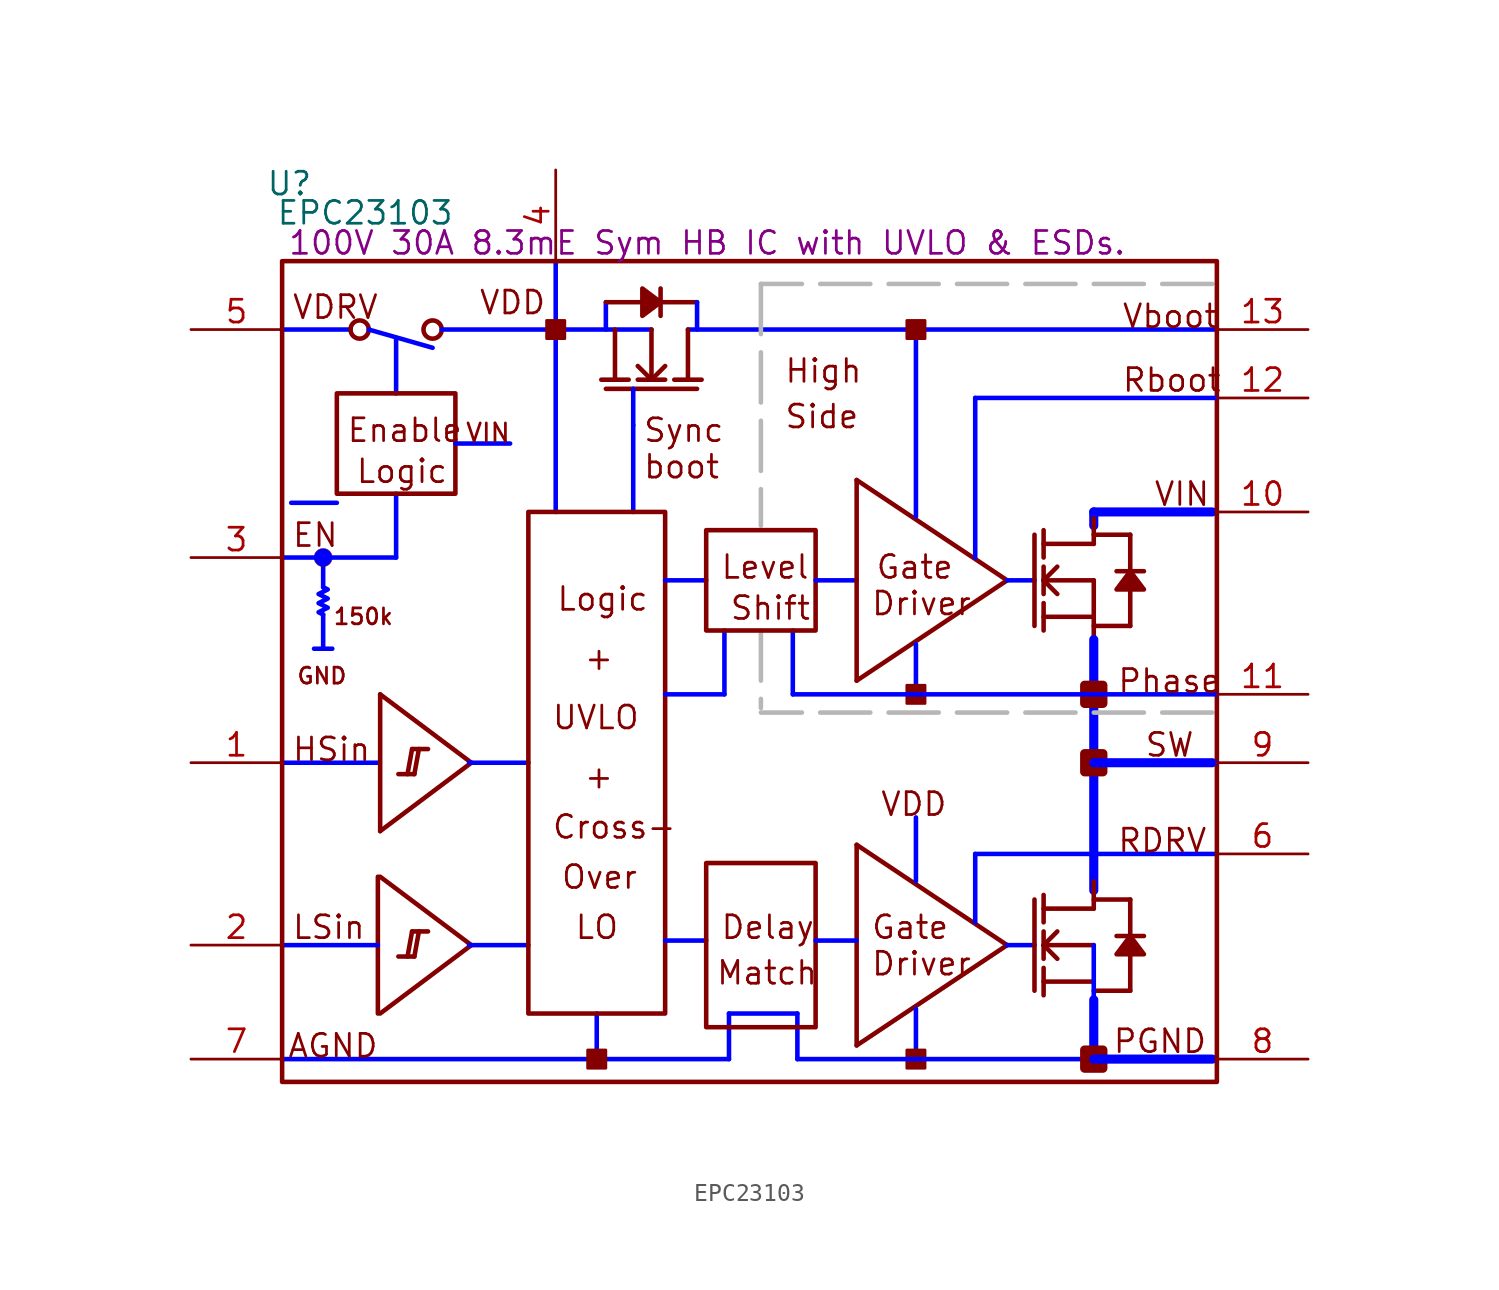
<source format=kicad_sym>
(kicad_symbol_lib
  (version 20241209)
  (generator "kicad_symbol_editor")
  (generator_version "9.0")
  (symbol "EPC23103"
    (property "Reference" "U"
      (at 5.486 50.038 0)
      (effects (font (size 1.27 1.27))))
    (property "Value" "EPC23103"
      (at 9.703 48.412 0)
      (effects (font (size 1.27 1.27))))
    (property "Description" "100V 30A 8.3mE Sym HB IC with UVLO & ESDs."
      (at 28.753 46.736 0)
      (effects (font (size 1.27 1.27))))
    (symbol "EPC23103_1_0"
      (polyline (pts (xy 5.08 41.91) (xy 8.89 41.91)) (stroke (width 0.254) (type solid) (color 0 0 255 1)) (fill (type none)))
      (polyline (pts (xy 5.08 1.27) (xy 29.972 1.27)) (stroke (width 0.254) (type solid) (color 0 0 255 1)) (fill (type none)))
      (polyline (pts (xy 5.588 32.258) (xy 8.128 32.258)) (stroke (width 0.254) (type solid) (color 0 0 255 1)) (fill (type none)))
      (polyline (pts (xy 7.366 29.21) (xy 7.366 27.559)) (stroke (width 0.254) (type solid) (color 0 0 255 1)) (fill (type none)))
      (circle (center 7.366 29.21) (radius 0.508) (stroke (width 0.0001) (type solid)) (fill (type color) (color 0 0 255 1)))
      (polyline (pts (xy 7.366 26.035) (xy 7.366 24.13)) (stroke (width 0.254) (type solid) (color 0 0 255 1)) (fill (type none)))
      (polyline (pts (xy 7.366 26.035) (xy 7.112 26.162) (xy 7.62 26.416) (xy 7.112 26.67) (xy 7.62 26.924) (xy 7.112 27.178) (xy 7.62 27.432) (xy 7.366 27.559)) (stroke (width 0.254) (type solid) (color 0 0 255 1)) (fill (type none)))
      (polyline (pts (xy 7.874 24.13) (xy 6.858 24.13)) (stroke (width 0.254) (type solid) (color 0 0 255 1)) (fill (type none)))
      (circle (center 9.398 41.91) (radius 0.508) (stroke (width 0.254) (type solid)) (fill (type none)))
      (polyline (pts (xy 9.906 41.91) (xy 13.462 40.894)) (stroke (width 0.254) (type solid) (color 0 0 255 1)) (fill (type none)))
      (polyline (pts (xy 10.414 17.78) (xy 5.08 17.78)) (stroke (width 0.254) (type solid) (color 0 0 255 1)) (fill (type none)))
      (polyline (pts (xy 10.414 11.43) (xy 10.414 3.81)) (stroke (width 0.254) (type solid)) (fill (type none)))
      (polyline (pts (xy 10.414 7.62) (xy 5.08 7.62)) (stroke (width 0.254) (type solid) (color 0 0 255 1)) (fill (type none)))
      (polyline (pts (xy 10.541 21.59) (xy 10.541 13.97)) (stroke (width 0.254) (type solid)) (fill (type none)))
      (polyline (pts (xy 10.541 21.59) (xy 15.621 17.78)) (stroke (width 0.254) (type solid)) (fill (type none)))
      (polyline (pts (xy 10.541 13.97) (xy 15.621 17.78)) (stroke (width 0.254) (type solid)) (fill (type none)))
      (polyline (pts (xy 10.541 11.43) (xy 15.621 7.62)) (stroke (width 0.254) (type solid)) (fill (type none)))
      (polyline (pts (xy 10.541 3.81) (xy 15.621 7.62)) (stroke (width 0.254) (type solid)) (fill (type none)))
      (polyline (pts (xy 11.43 38.354) (xy 11.43 41.402)) (stroke (width 0.254) (type solid) (color 0 0 255 1)) (fill (type none)))
      (polyline (pts (xy 11.43 29.21) (xy 5.08 29.21)) (stroke (width 0.254) (type solid) (color 0 0 255 1)) (fill (type none)))
      (polyline (pts (xy 11.43 29.21) (xy 11.43 32.766)) (stroke (width 0.254) (type solid) (color 0 0 255 1)) (fill (type none)))
      (polyline (pts (xy 12.065 17.145) (xy 12.319 18.542)) (stroke (width 0.254) (type solid)) (fill (type none)))
      (polyline (pts (xy 12.065 6.985) (xy 12.319 8.382)) (stroke (width 0.254) (type solid)) (fill (type none)))
      (polyline (pts (xy 12.446 17.145) (xy 11.557 17.145)) (stroke (width 0.254) (type solid)) (fill (type none)))
      (polyline (pts (xy 12.446 17.145) (xy 12.7 18.542)) (stroke (width 0.254) (type solid)) (fill (type none)))
      (polyline (pts (xy 12.446 6.985) (xy 11.557 6.985)) (stroke (width 0.254) (type solid)) (fill (type none)))
      (polyline (pts (xy 12.446 6.985) (xy 12.7 8.382)) (stroke (width 0.254) (type solid)) (fill (type none)))
      (polyline (pts (xy 13.208 18.542) (xy 12.319 18.542)) (stroke (width 0.254) (type solid)) (fill (type none)))
      (polyline (pts (xy 13.208 8.382) (xy 12.319 8.382)) (stroke (width 0.254) (type solid)) (fill (type none)))
      (circle (center 13.462 41.91) (radius 0.508) (stroke (width 0.254) (type solid)) (fill (type none)))
      (polyline (pts (xy 13.97 41.91) (xy 25.654 41.91)) (stroke (width 0.254) (type solid) (color 0 0 255 1)) (fill (type none)))
      (rectangle (start 14.732 38.354) (end 8.128 32.766) (stroke (width 0.254) (type solid)) (fill (type none)))
      (polyline (pts (xy 15.494 17.78) (xy 18.796 17.78)) (stroke (width 0.254) (type solid) (color 0 0 255 1)) (fill (type none)))
      (polyline (pts (xy 15.494 7.62) (xy 18.796 7.62)) (stroke (width 0.254) (type solid) (color 0 0 255 1)) (fill (type none)))
      (polyline (pts (xy 17.78 35.56) (xy 14.732 35.56)) (stroke (width 0.254) (type solid) (color 0 0 255 1)) (fill (type none)))
      (polyline (pts (xy 20.32 31.75) (xy 20.32 45.72)) (stroke (width 0.254) (type solid) (color 0 0 255 1)) (fill (type none)))
      (rectangle (start 20.828 42.418) (end 19.812 41.402) (stroke (width 0) (type solid)) (fill (type outline)))
      (polyline (pts (xy 22.606 1.27) (xy 22.606 3.81)) (stroke (width 0.254) (type solid) (color 0 0 255 1)) (fill (type none)))
      (polyline (pts (xy 23.114 43.434) (xy 23.114 41.91)) (stroke (width 0.254) (type solid) (color 0 0 255 1)) (fill (type none)))
      (polyline (pts (xy 23.114 43.434) (xy 25.146 43.434)) (stroke (width 0.254) (type solid)) (fill (type none)))
      (polyline (pts (xy 23.114 38.608) (xy 28.194 38.608)) (stroke (width 0.254) (type solid)) (fill (type none)))
      (rectangle (start 23.114 1.778) (end 22.098 0.762) (stroke (width 0) (type solid)) (fill (type outline)))
      (polyline (pts (xy 23.622 41.91) (xy 23.622 39.116)) (stroke (width 0.254) (type solid)) (fill (type none)))
      (polyline (pts (xy 24.384 39.116) (xy 22.86 39.116)) (stroke (width 0.254) (type solid)) (fill (type none)))
      (polyline (pts (xy 24.638 38.608) (xy 24.638 36.576)) (stroke (width 0.254) (type solid) (color 0 0 255 1)) (fill (type none)))
      (polyline (pts (xy 24.638 31.75) (xy 24.638 36.576)) (stroke (width 0.254) (type solid) (color 0 0 255 1)) (fill (type none)))
      (polyline (pts (xy 25.654 39.116) (xy 24.892 39.878)) (stroke (width 0.254) (type solid)) (fill (type none)))
      (polyline (pts (xy 25.654 39.116) (xy 25.654 41.91)) (stroke (width 0.254) (type solid)) (fill (type none)))
      (polyline (pts (xy 26.162 43.434) (xy 28.194 43.434)) (stroke (width 0.254) (type solid)) (fill (type none)))
      (polyline (pts (xy 26.162 43.434) (xy 25.146 44.196) (xy 25.146 42.672) (xy 26.162 43.434)) (stroke (width 0.254) (type solid)) (fill (type outline)))
      (polyline (pts (xy 26.162 42.672) (xy 26.162 44.196)) (stroke (width 0.254) (type solid)) (fill (type none)))
      (polyline (pts (xy 26.416 39.878) (xy 25.654 39.116)) (stroke (width 0.254) (type solid)) (fill (type none)))
      (polyline (pts (xy 26.416 39.116) (xy 24.892 39.116)) (stroke (width 0.254) (type solid)) (fill (type none)))
      (rectangle (start 26.416 31.75) (end 18.796 3.81) (stroke (width 0.254) (type solid)) (fill (type none)))
      (polyline (pts (xy 26.416 27.94) (xy 28.702 27.94)) (stroke (width 0.254) (type solid) (color 0 0 255 1)) (fill (type none)))
      (polyline (pts (xy 27.686 41.91) (xy 57.15 41.91)) (stroke (width 0.254) (type solid) (color 0 0 255 1)) (fill (type none)))
      (polyline (pts (xy 27.686 39.116) (xy 27.686 41.91)) (stroke (width 0.254) (type solid)) (fill (type none)))
      (polyline (pts (xy 28.194 43.434) (xy 28.194 41.91)) (stroke (width 0.254) (type solid) (color 0 0 255 1)) (fill (type none)))
      (polyline (pts (xy 28.448 39.116) (xy 26.924 39.116)) (stroke (width 0.254) (type solid)) (fill (type none)))
      (polyline (pts (xy 28.702 7.874) (xy 26.416 7.874)) (stroke (width 0.254) (type solid) (color 0 0 255 1)) (fill (type none)))
      (polyline (pts (xy 29.718 21.59) (xy 26.416 21.59)) (stroke (width 0.254) (type solid) (color 0 0 255 1)) (fill (type none)))
      (polyline (pts (xy 29.718 21.59) (xy 29.718 25.146)) (stroke (width 0.254) (type solid) (color 0 0 255 1)) (fill (type none)))
      (polyline (pts (xy 29.972 3.81) (xy 33.782 3.81)) (stroke (width 0.254) (type solid) (color 0 0 255 1)) (fill (type none)))
      (polyline (pts (xy 29.972 3.048) (xy 29.972 3.81)) (stroke (width 0.254) (type solid) (color 0 0 255 1)) (fill (type none)))
      (polyline (pts (xy 29.972 1.27) (xy 29.972 3.048)) (stroke (width 0.254) (type solid) (color 0 0 255 1)) (fill (type none)))
      (polyline (pts (xy 31.75 44.45) (xy 31.75 30.988)) (stroke (width 0.254) (type dash) (color 183 183 183 1)) (fill (type none)))
      (polyline (pts (xy 31.75 25.146) (xy 31.75 20.828)) (stroke (width 0.254) (type dash) (color 183 183 183 1)) (fill (type none)))
      (polyline (pts (xy 33.528 21.59) (xy 33.528 25.146)) (stroke (width 0.254) (type solid) (color 0 0 255 1)) (fill (type none)))
      (polyline (pts (xy 33.782 3.048) (xy 33.782 3.81)) (stroke (width 0.254) (type solid) (color 0 0 255 1)) (fill (type none)))
      (polyline (pts (xy 33.782 1.27) (xy 33.782 3.048)) (stroke (width 0.254) (type solid) (color 0 0 255 1)) (fill (type none)))
      (rectangle (start 34.798 30.734) (end 28.702 25.146) (stroke (width 0.254) (type solid)) (fill (type none)))
      (polyline (pts (xy 34.798 27.94) (xy 37.084 27.94)) (stroke (width 0.254) (type solid) (color 0 0 255 1)) (fill (type none)))
      (rectangle (start 34.798 12.192) (end 28.702 3.048) (stroke (width 0.254) (type solid)) (fill (type none)))
      (polyline (pts (xy 37.084 33.528) (xy 37.084 22.352)) (stroke (width 0.254) (type solid)) (fill (type none)))
      (polyline (pts (xy 37.084 33.528) (xy 45.466 27.94)) (stroke (width 0.254) (type solid)) (fill (type none)))
      (polyline (pts (xy 37.084 22.352) (xy 45.466 27.94)) (stroke (width 0.254) (type solid)) (fill (type none)))
      (polyline (pts (xy 37.084 13.208) (xy 37.084 2.032)) (stroke (width 0.254) (type solid)) (fill (type none)))
      (polyline (pts (xy 37.084 13.208) (xy 45.466 7.62)) (stroke (width 0.254) (type solid)) (fill (type none)))
      (polyline (pts (xy 37.084 7.874) (xy 34.798 7.874)) (stroke (width 0.254) (type solid) (color 0 0 255 1)) (fill (type none)))
      (polyline (pts (xy 37.084 2.032) (xy 45.466 7.62)) (stroke (width 0.254) (type solid)) (fill (type none)))
      (polyline (pts (xy 40.386 31.496) (xy 40.386 41.91)) (stroke (width 0.254) (type solid) (color 0 0 255 1)) (fill (type none)))
      (polyline (pts (xy 40.386 21.59) (xy 40.386 24.384)) (stroke (width 0.254) (type solid) (color 0 0 255 1)) (fill (type none)))
      (polyline (pts (xy 40.386 11.176) (xy 40.386 14.732)) (stroke (width 0.254) (type solid) (color 0 0 255 1)) (fill (type none)))
      (polyline (pts (xy 40.386 1.27) (xy 40.386 4.064)) (stroke (width 0.254) (type solid) (color 0 0 255 1)) (fill (type none)))
      (rectangle (start 40.894 42.418) (end 39.878 41.402) (stroke (width 0) (type solid)) (fill (type outline)))
      (rectangle (start 40.894 22.098) (end 39.878 21.082) (stroke (width 0) (type solid)) (fill (type outline)))
      (rectangle (start 40.894 1.778) (end 39.878 0.762) (stroke (width 0) (type solid)) (fill (type outline)))
      (polyline (pts (xy 43.688 29.21) (xy 43.688 38.1)) (stroke (width 0.254) (type solid) (color 0 0 255 1)) (fill (type none)))
      (polyline (pts (xy 43.688 12.7) (xy 57.15 12.7)) (stroke (width 0.254) (type solid) (color 0 0 255 1)) (fill (type none)))
      (polyline (pts (xy 43.688 8.89) (xy 43.688 12.7)) (stroke (width 0.254) (type solid) (color 0 0 255 1)) (fill (type none)))
      (polyline (pts (xy 45.466 27.94) (xy 46.99 27.94)) (stroke (width 0.254) (type solid) (color 0 0 255 1)) (fill (type none)))
      (polyline (pts (xy 45.466 7.62) (xy 46.99 7.62)) (stroke (width 0.254) (type solid) (color 0 0 255 1)) (fill (type none)))
      (polyline (pts (xy 46.99 30.48) (xy 46.99 25.4)) (stroke (width 0.254) (type solid)) (fill (type none)))
      (polyline (pts (xy 46.99 10.16) (xy 46.99 5.08)) (stroke (width 0.254) (type solid)) (fill (type none)))
      (polyline (pts (xy 47.498 29.21) (xy 47.498 30.734)) (stroke (width 0.254) (type solid)) (fill (type none)))
      (polyline (pts (xy 47.498 27.94) (xy 48.26 28.702)) (stroke (width 0.254) (type solid)) (fill (type none)))
      (polyline (pts (xy 47.498 27.94) (xy 50.292 27.94)) (stroke (width 0.254) (type solid)) (fill (type none)))
      (polyline (pts (xy 47.498 27.178) (xy 47.498 28.702)) (stroke (width 0.254) (type solid)) (fill (type none)))
      (polyline (pts (xy 47.498 25.908) (xy 50.292 25.908)) (stroke (width 0.254) (type solid)) (fill (type none)))
      (polyline (pts (xy 47.498 25.146) (xy 47.498 26.67)) (stroke (width 0.254) (type solid)) (fill (type none)))
      (polyline (pts (xy 47.498 8.89) (xy 47.498 10.414)) (stroke (width 0.254) (type solid)) (fill (type none)))
      (polyline (pts (xy 47.498 7.62) (xy 48.26 8.382)) (stroke (width 0.254) (type solid)) (fill (type none)))
      (polyline (pts (xy 47.498 7.62) (xy 50.292 7.62)) (stroke (width 0.254) (type solid)) (fill (type none)))
      (polyline (pts (xy 47.498 6.858) (xy 47.498 8.382)) (stroke (width 0.254) (type solid)) (fill (type none)))
      (polyline (pts (xy 47.498 5.588) (xy 50.292 5.588)) (stroke (width 0.254) (type solid)) (fill (type none)))
      (polyline (pts (xy 47.498 4.826) (xy 47.498 6.35)) (stroke (width 0.254) (type solid)) (fill (type none)))
      (polyline (pts (xy 48.26 27.178) (xy 47.498 27.94)) (stroke (width 0.254) (type solid)) (fill (type none)))
      (polyline (pts (xy 48.26 6.858) (xy 47.498 7.62)) (stroke (width 0.254) (type solid)) (fill (type none)))
      (polyline (pts (xy 50.292 31.75) (xy 57.15 31.75)) (stroke (width 0.254) (type solid) (color 0 0 255 1)) (fill (type none)))
      (polyline (pts (xy 50.292 30.988) (xy 50.292 31.75)) (stroke (width 0.508) (type solid) (color 0 0 255 1)) (fill (type none)))
      (polyline (pts (xy 50.292 30.48) (xy 52.324 30.48)) (stroke (width 0.254) (type solid)) (fill (type none)))
      (polyline (pts (xy 50.292 29.972) (xy 47.498 29.972)) (stroke (width 0.254) (type solid)) (fill (type none)))
      (polyline (pts (xy 50.292 29.972) (xy 50.292 31.496)) (stroke (width 0.254) (type solid)) (fill (type none)))
      (polyline (pts (xy 50.292 27.94) (xy 50.292 22.86)) (stroke (width 0.254) (type solid)) (fill (type none)))
      (polyline (pts (xy 50.292 25.4) (xy 52.324 25.4)) (stroke (width 0.254) (type solid)) (fill (type none)))
      (polyline (pts (xy 50.292 21.59) (xy 50.292 24.638)) (stroke (width 0.508) (type solid) (color 0 0 255 1)) (fill (type none)))
      (polyline (pts (xy 50.292 10.668) (xy 50.292 21.59)) (stroke (width 0.508) (type solid) (color 0 0 255 1)) (fill (type none)))
      (polyline (pts (xy 50.292 10.16) (xy 52.324 10.16)) (stroke (width 0.254) (type solid)) (fill (type none)))
      (polyline (pts (xy 50.292 9.652) (xy 47.498 9.652)) (stroke (width 0.254) (type solid)) (fill (type none)))
      (polyline (pts (xy 50.292 9.652) (xy 50.292 11.176)) (stroke (width 0.254) (type solid)) (fill (type none)))
      (polyline (pts (xy 50.292 5.08) (xy 52.324 5.08)) (stroke (width 0.254) (type solid)) (fill (type none)))
      (polyline (pts (xy 50.292 1.524) (xy 50.292 4.572)) (stroke (width 0.508) (type solid) (color 0 0 255 1)) (fill (type none)))
      (polyline (pts (xy 50.292 1.27) (xy 33.782 1.27)) (stroke (width 0.254) (type solid) (color 0 0 255 1)) (fill (type none)))
      (polyline (pts (xy 50.292 1.27) (xy 50.292 7.62)) (stroke (width 0.254) (type solid) (color 0 0 255 1)) (fill (type none)))
      (rectangle (start 50.8 22.098) (end 49.784 21.082) (stroke (width 0.508) (type solid)) (fill (type outline)))
      (rectangle (start 50.8 18.288) (end 49.784 17.272) (stroke (width 0.508) (type solid)) (fill (type outline)))
      (rectangle (start 50.8 1.778) (end 49.784 0.762) (stroke (width 0.508) (type solid)) (fill (type outline)))
      (polyline (pts (xy 52.324 30.48) (xy 52.324 28.448)) (stroke (width 0.254) (type solid)) (fill (type none)))
      (polyline (pts (xy 52.324 28.448) (xy 51.562 27.432) (xy 53.086 27.432) (xy 52.324 28.448)) (stroke (width 0.254) (type solid)) (fill (type outline)))
      (polyline (pts (xy 52.324 27.432) (xy 52.324 25.4)) (stroke (width 0.254) (type solid)) (fill (type none)))
      (polyline (pts (xy 52.324 10.16) (xy 52.324 8.128)) (stroke (width 0.254) (type solid)) (fill (type none)))
      (polyline (pts (xy 52.324 8.128) (xy 51.562 7.112) (xy 53.086 7.112) (xy 52.324 8.128)) (stroke (width 0.254) (type solid)) (fill (type outline)))
      (polyline (pts (xy 52.324 7.112) (xy 52.324 5.08)) (stroke (width 0.254) (type solid)) (fill (type none)))
      (polyline (pts (xy 53.086 28.448) (xy 51.562 28.448)) (stroke (width 0.254) (type solid)) (fill (type none)))
      (polyline (pts (xy 53.086 8.128) (xy 51.562 8.128)) (stroke (width 0.254) (type solid)) (fill (type none)))
      (polyline (pts (xy 56.896 44.45) (xy 31.75 44.45)) (stroke (width 0.254) (type dash) (color 183 183 183 1)) (fill (type none)))
      (polyline (pts (xy 56.896 31.75) (xy 50.292 31.75)) (stroke (width 0.508) (type solid) (color 0 0 255 1)) (fill (type none)))
      (polyline (pts (xy 56.896 20.574) (xy 31.75 20.574)) (stroke (width 0.254) (type dash) (color 183 183 183 1)) (fill (type none)))
      (polyline (pts (xy 56.896 17.78) (xy 50.292 17.78)) (stroke (width 0.508) (type solid) (color 0 0 255 1)) (fill (type none)))
      (polyline (pts (xy 56.896 1.27) (xy 50.292 1.27)) (stroke (width 0.508) (type solid) (color 0 0 255 1)) (fill (type none)))
      (rectangle (start 57.15 45.72) (end 5.08 0) (stroke (width 0.254) (type solid)) (fill (type none)))
      (polyline (pts (xy 57.15 38.1) (xy 43.688 38.1)) (stroke (width 0.254) (type solid) (color 0 0 255 1)) (fill (type none)))
      (polyline (pts (xy 57.15 21.59) (xy 33.528 21.59)) (stroke (width 0.254) (type solid) (color 0 0 255 1)) (fill (type none)))
      (polyline (pts (xy 57.15 17.78) (xy 50.292 17.78)) (stroke (width 0.254) (type solid) (color 0 0 255 1)) (fill (type none)))
      (text "AGND" (at 5.334 1.27 0) (effects (font (size 1.27 1.27)) (justify left bottom)))
      (text "VDRV" (at 5.588 42.418 0) (effects (font (size 1.27 1.27)) (justify left bottom)))
      (text "EN" (at 5.588 29.718 0) (effects (font (size 1.27 1.27)) (justify left bottom)))
      (text "HSin" (at 5.588 17.78 0) (effects (font (size 1.27 1.27)) (justify left bottom)))
      (text "LSin" (at 5.588 7.874 0) (effects (font (size 1.27 1.27)) (justify left bottom)))
      (text "GND" (at 5.842 22.098 0) (effects (font (size 0.889 0.889)) (justify left bottom)))
      (text "150k" (at 7.874 25.4 0) (effects (font (size 0.889 0.889)) (justify left bottom)))
      (text "Enable" (at 8.636 35.56 0) (effects (font (size 1.27 1.27)) (justify left bottom)))
      (text "Logic" (at 9.144 33.274 0) (effects (font (size 1.27 1.27)) (justify left bottom)))
      (text "VIN" (at 15.24 35.56 0) (effects (font (size 1.016 1.016)) (justify left bottom)))
      (text "VDD" (at 16.002 42.672 0) (effects (font (size 1.27 1.27)) (justify left bottom)))
      (text "UVLO" (at 20.066 19.558 0) (effects (font (size 1.27 1.27)) (justify left bottom)))
      (text "Cross-" (at 20.066 13.462 0) (effects (font (size 1.27 1.27)) (justify left bottom)))
      (text "Logic" (at 20.32 26.162 0) (effects (font (size 1.27 1.27)) (justify left bottom)))
      (text "Over" (at 20.574 10.668 0) (effects (font (size 1.27 1.27)) (justify left bottom)))
      (text "LO" (at 21.336 7.874 0) (effects (font (size 1.27 1.27)) (justify left bottom)))
      (text "+" (at 21.844 22.86 0) (effects (font (size 1.27 1.27)) (justify left bottom)))
      (text "+" (at 21.844 16.256 0) (effects (font (size 1.27 1.27)) (justify left bottom)))
      (text "Sync" (at 25.146 35.56 0) (effects (font (size 1.27 1.27)) (justify left bottom)))
      (text "boot" (at 25.146 33.528 0) (effects (font (size 1.27 1.27)) (justify left bottom)))
      (text "Match" (at 29.21 5.334 0) (effects (font (size 1.27 1.27)) (justify left bottom)))
      (text "Level" (at 29.464 27.94 0) (effects (font (size 1.27 1.27)) (justify left bottom)))
      (text "Delay" (at 29.464 7.874 0) (effects (font (size 1.27 1.27)) (justify left bottom)))
      (text "Shift" (at 29.972 25.654 0) (effects (font (size 1.27 1.27)) (justify left bottom)))
      (text "High" (at 33.02 38.862 0) (effects (font (size 1.27 1.27)) (justify left bottom)))
      (text "Side" (at 33.02 36.322 0) (effects (font (size 1.27 1.27)) (justify left bottom)))
      (text "Driver" (at 37.846 25.908 0) (effects (font (size 1.27 1.27)) (justify left bottom)))
      (text "Gate" (at 37.846 7.874 0) (effects (font (size 1.27 1.27)) (justify left bottom)))
      (text "Driver" (at 37.846 5.842 0) (effects (font (size 1.27 1.27)) (justify left bottom)))
      (text "Gate" (at 38.1 27.94 0) (effects (font (size 1.27 1.27)) (justify left bottom)))
      (text "VDD" (at 38.354 14.732 0) (effects (font (size 1.27 1.27)) (justify left bottom)))
      (text "PGND" (at 51.308 1.524 0) (effects (font (size 1.27 1.27)) (justify left bottom)))
      (text "Phase" (at 51.562 21.59 0) (effects (font (size 1.27 1.27)) (justify left bottom)))
      (text "RDRV" (at 51.562 12.7 0) (effects (font (size 1.27 1.27)) (justify left bottom)))
      (text "Vboot" (at 51.816 41.91 0) (effects (font (size 1.27 1.27)) (justify left bottom)))
      (text "Rboot" (at 51.816 38.354 0) (effects (font (size 1.27 1.27)) (justify left bottom)))
      (text "SW" (at 53.086 18.034 0) (effects (font (size 1.27 1.27)) (justify left bottom)))
      (text "VIN" (at 53.594 32.004 0) (effects (font (size 1.27 1.27)) (justify left bottom)))
      (pin passive line (at 0 41.91 0) (length 5.08) (name "VDRV" (effects (font (size 0 0)))) (number "5" (effects (font (size 1.27 1.27)))))
      (pin passive line (at 0 29.21 0) (length 5.08) (name "ENb" (effects (font (size 0 0)))) (number "3" (effects (font (size 1.27 1.27)))))
      (pin passive line (at 0 17.78 0) (length 5.08) (name "HSin" (effects (font (size 0 0)))) (number "1" (effects (font (size 1.27 1.27)))))
      (pin passive line (at 0 7.62 0) (length 5.08) (name "LSin" (effects (font (size 0 0)))) (number "2" (effects (font (size 1.27 1.27)))))
      (pin passive line (at 0 1.27 0) (length 5.08) (name "AGND" (effects (font (size 0 0)))) (number "7" (effects (font (size 1.27 1.27)))))
      (pin passive line (at 20.32 50.8 270) (length 5.08) (name "VDD" (effects (font (size 0 0)))) (number "4" (effects (font (size 1.27 1.27)))))
      (pin passive line (at 62.23 41.91 180) (length 5.08) (name "Vboot" (effects (font (size 0 0)))) (number "13" (effects (font (size 1.27 1.27)))))
      (pin passive line (at 62.23 38.1 180) (length 5.08) (name "Rboot" (effects (font (size 0 0)))) (number "12" (effects (font (size 1.27 1.27)))))
      (pin passive line (at 62.23 31.75 180) (length 5.08) (name "VIN" (effects (font (size 0 0)))) (number "10" (effects (font (size 1.27 1.27)))))
      (pin passive line (at 62.23 21.59 180) (length 5.08) (name "Phase" (effects (font (size 0 0)))) (number "11" (effects (font (size 1.27 1.27)))))
      (pin passive line (at 62.23 17.78 180) (length 5.08) (name "SW" (effects (font (size 0 0)))) (number "9" (effects (font (size 1.27 1.27)))))
      (pin passive line (at 62.23 12.7 180) (length 5.08) (name "RDRV" (effects (font (size 0 0)))) (number "6" (effects (font (size 1.27 1.27)))))
      (pin passive line (at 62.23 1.27 180) (length 5.08) (name "PGND" (effects (font (size 0 0)))) (number "8" (effects (font (size 1.27 1.27))))))))
</source>
